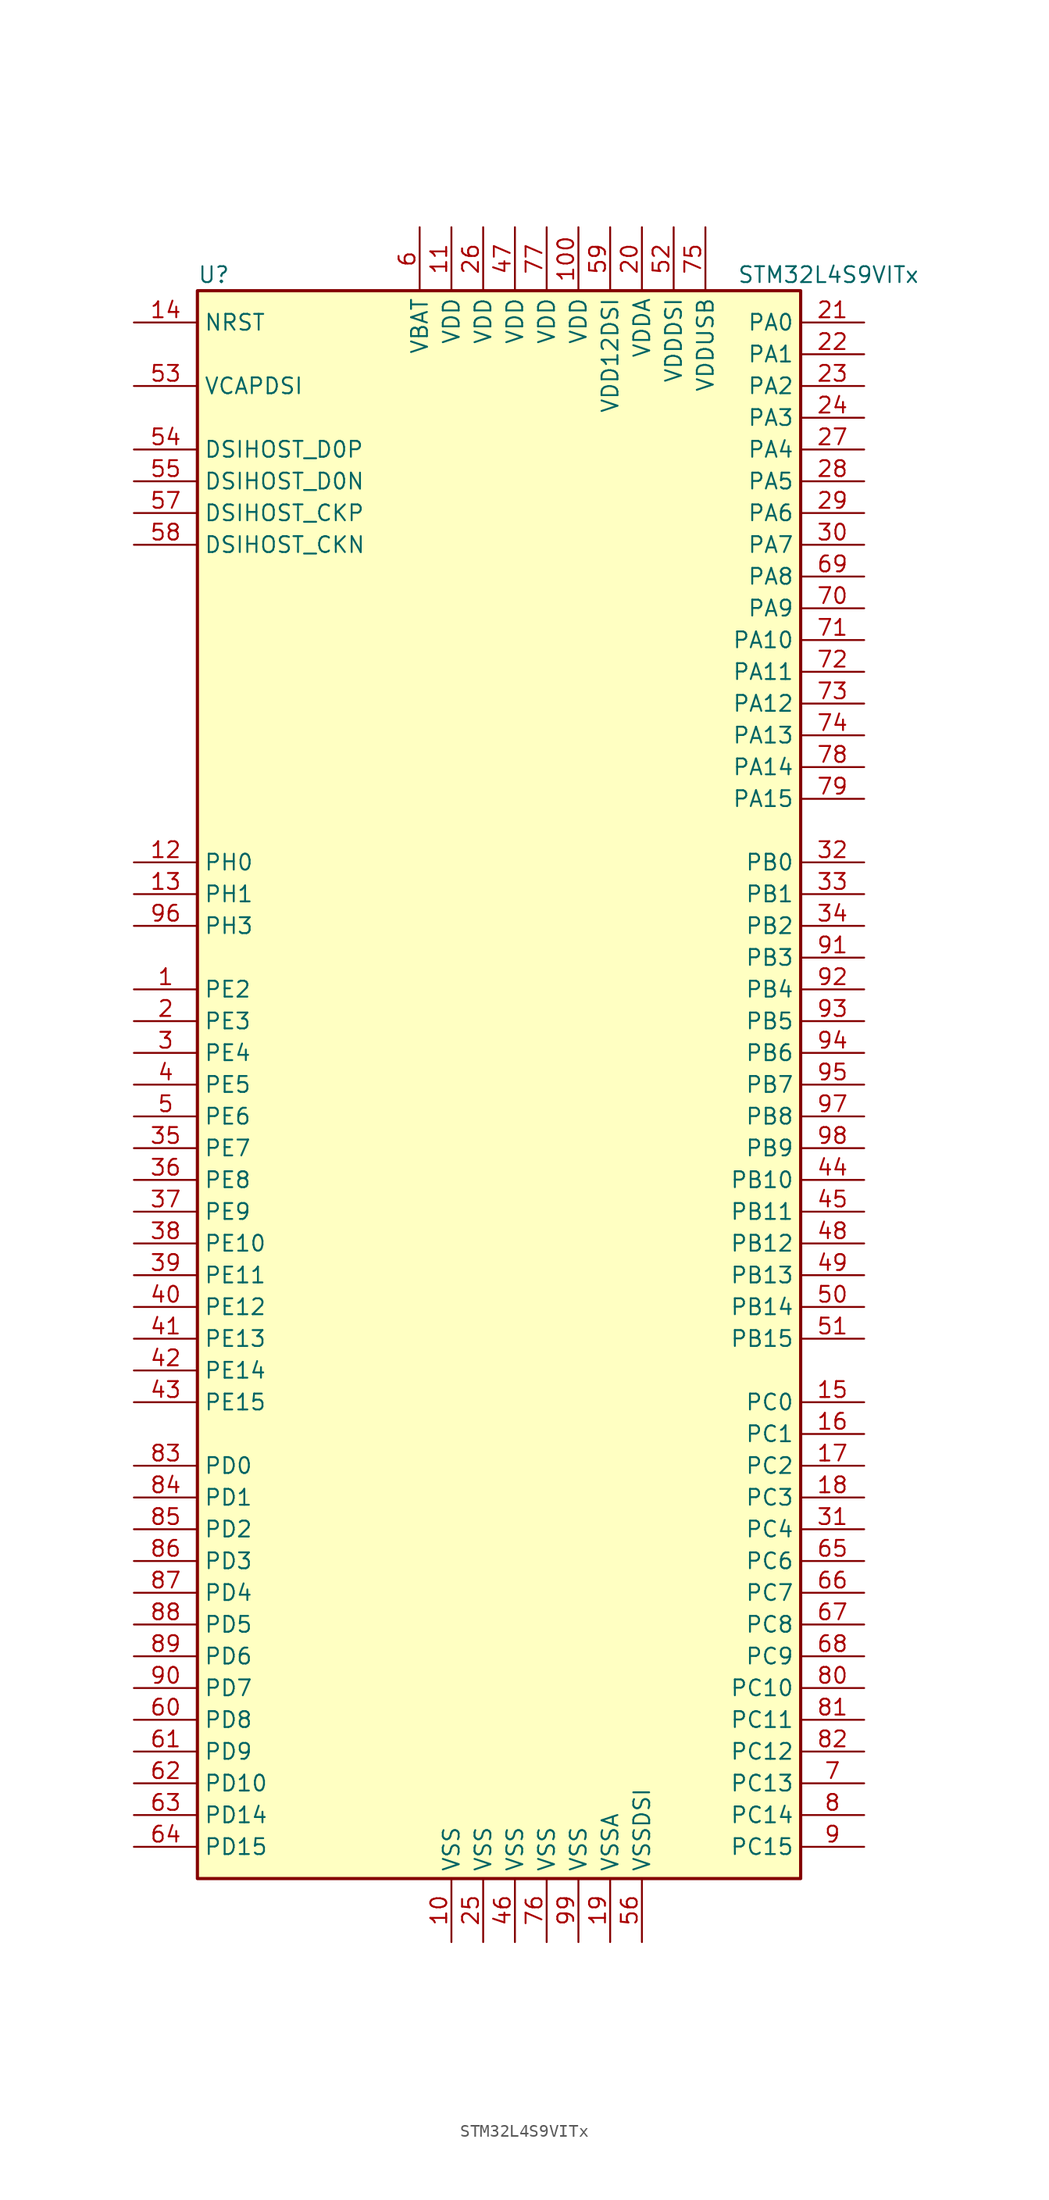
<source format=kicad_sym>
(kicad_symbol_lib
  (version 20201005)
  (generator kicad_symbol_editor)
  (symbol "STM32L4S9VITx"
    (property "Reference" "U"
      (at -25.4 64.77 0)
      (effects (font (size 1.27 1.27)) (justify left)))
    (property "Value" "STM32L4S9VITx"
      (at 17.78 64.77 0)
      (effects (font (size 1.27 1.27)) (justify left)))
    (symbol "STM32L4S9VITx_0_1"
      (rectangle (start -25.4 -63.5) (end 22.86 63.5) (stroke (width 0.254)) (fill (type background))))
    (symbol "STM32L4S9VITx_1_1"
      (pin bidirectional line (at -30.48 43.18 0) (length 5.08) (name "DSIHOST_CKN" (effects (font (size 1.27 1.27)))) (number "58" (effects (font (size 1.27 1.27)))))
      (pin bidirectional line (at -30.48 45.72 0) (length 5.08) (name "DSIHOST_CKP" (effects (font (size 1.27 1.27)))) (number "57" (effects (font (size 1.27 1.27)))))
      (pin bidirectional line (at -30.48 48.26 0) (length 5.08) (name "DSIHOST_D0N" (effects (font (size 1.27 1.27)))) (number "55" (effects (font (size 1.27 1.27)))))
      (pin bidirectional line (at -30.48 50.8 0) (length 5.08) (name "DSIHOST_D0P" (effects (font (size 1.27 1.27)))) (number "54" (effects (font (size 1.27 1.27)))))
      (pin input line (at -30.48 60.96 0) (length 5.08) (name "NRST" (effects (font (size 1.27 1.27)))) (number "14" (effects (font (size 1.27 1.27)))))
      (pin bidirectional line (at 27.94 60.96 180) (length 5.08) (name "PA0" (effects (font (size 1.27 1.27)))) (number "21" (effects (font (size 1.27 1.27)))))
      (pin bidirectional line (at 27.94 58.42 180) (length 5.08) (name "PA1" (effects (font (size 1.27 1.27)))) (number "22" (effects (font (size 1.27 1.27)))))
      (pin bidirectional line (at 27.94 35.56 180) (length 5.08) (name "PA10" (effects (font (size 1.27 1.27)))) (number "71" (effects (font (size 1.27 1.27)))))
      (pin bidirectional line (at 27.94 33.02 180) (length 5.08) (name "PA11" (effects (font (size 1.27 1.27)))) (number "72" (effects (font (size 1.27 1.27)))))
      (pin bidirectional line (at 27.94 30.48 180) (length 5.08) (name "PA12" (effects (font (size 1.27 1.27)))) (number "73" (effects (font (size 1.27 1.27)))))
      (pin bidirectional line (at 27.94 27.94 180) (length 5.08) (name "PA13" (effects (font (size 1.27 1.27)))) (number "74" (effects (font (size 1.27 1.27)))))
      (pin bidirectional line (at 27.94 25.4 180) (length 5.08) (name "PA14" (effects (font (size 1.27 1.27)))) (number "78" (effects (font (size 1.27 1.27)))))
      (pin bidirectional line (at 27.94 22.86 180) (length 5.08) (name "PA15" (effects (font (size 1.27 1.27)))) (number "79" (effects (font (size 1.27 1.27)))))
      (pin bidirectional line (at 27.94 55.88 180) (length 5.08) (name "PA2" (effects (font (size 1.27 1.27)))) (number "23" (effects (font (size 1.27 1.27)))))
      (pin bidirectional line (at 27.94 53.34 180) (length 5.08) (name "PA3" (effects (font (size 1.27 1.27)))) (number "24" (effects (font (size 1.27 1.27)))))
      (pin bidirectional line (at 27.94 50.8 180) (length 5.08) (name "PA4" (effects (font (size 1.27 1.27)))) (number "27" (effects (font (size 1.27 1.27)))))
      (pin bidirectional line (at 27.94 48.26 180) (length 5.08) (name "PA5" (effects (font (size 1.27 1.27)))) (number "28" (effects (font (size 1.27 1.27)))))
      (pin bidirectional line (at 27.94 45.72 180) (length 5.08) (name "PA6" (effects (font (size 1.27 1.27)))) (number "29" (effects (font (size 1.27 1.27)))))
      (pin bidirectional line (at 27.94 43.18 180) (length 5.08) (name "PA7" (effects (font (size 1.27 1.27)))) (number "30" (effects (font (size 1.27 1.27)))))
      (pin bidirectional line (at 27.94 40.64 180) (length 5.08) (name "PA8" (effects (font (size 1.27 1.27)))) (number "69" (effects (font (size 1.27 1.27)))))
      (pin bidirectional line (at 27.94 38.1 180) (length 5.08) (name "PA9" (effects (font (size 1.27 1.27)))) (number "70" (effects (font (size 1.27 1.27)))))
      (pin bidirectional line (at 27.94 17.78 180) (length 5.08) (name "PB0" (effects (font (size 1.27 1.27)))) (number "32" (effects (font (size 1.27 1.27)))))
      (pin bidirectional line (at 27.94 15.24 180) (length 5.08) (name "PB1" (effects (font (size 1.27 1.27)))) (number "33" (effects (font (size 1.27 1.27)))))
      (pin bidirectional line (at 27.94 -7.62 180) (length 5.08) (name "PB10" (effects (font (size 1.27 1.27)))) (number "44" (effects (font (size 1.27 1.27)))))
      (pin bidirectional line (at 27.94 -10.16 180) (length 5.08) (name "PB11" (effects (font (size 1.27 1.27)))) (number "45" (effects (font (size 1.27 1.27)))))
      (pin bidirectional line (at 27.94 -12.7 180) (length 5.08) (name "PB12" (effects (font (size 1.27 1.27)))) (number "48" (effects (font (size 1.27 1.27)))))
      (pin bidirectional line (at 27.94 -15.24 180) (length 5.08) (name "PB13" (effects (font (size 1.27 1.27)))) (number "49" (effects (font (size 1.27 1.27)))))
      (pin bidirectional line (at 27.94 -17.78 180) (length 5.08) (name "PB14" (effects (font (size 1.27 1.27)))) (number "50" (effects (font (size 1.27 1.27)))))
      (pin bidirectional line (at 27.94 -20.32 180) (length 5.08) (name "PB15" (effects (font (size 1.27 1.27)))) (number "51" (effects (font (size 1.27 1.27)))))
      (pin bidirectional line (at 27.94 12.7 180) (length 5.08) (name "PB2" (effects (font (size 1.27 1.27)))) (number "34" (effects (font (size 1.27 1.27)))))
      (pin bidirectional line (at 27.94 10.16 180) (length 5.08) (name "PB3" (effects (font (size 1.27 1.27)))) (number "91" (effects (font (size 1.27 1.27)))))
      (pin bidirectional line (at 27.94 7.62 180) (length 5.08) (name "PB4" (effects (font (size 1.27 1.27)))) (number "92" (effects (font (size 1.27 1.27)))))
      (pin bidirectional line (at 27.94 5.08 180) (length 5.08) (name "PB5" (effects (font (size 1.27 1.27)))) (number "93" (effects (font (size 1.27 1.27)))))
      (pin bidirectional line (at 27.94 2.54 180) (length 5.08) (name "PB6" (effects (font (size 1.27 1.27)))) (number "94" (effects (font (size 1.27 1.27)))))
      (pin bidirectional line (at 27.94 0 180) (length 5.08) (name "PB7" (effects (font (size 1.27 1.27)))) (number "95" (effects (font (size 1.27 1.27)))))
      (pin bidirectional line (at 27.94 -2.54 180) (length 5.08) (name "PB8" (effects (font (size 1.27 1.27)))) (number "97" (effects (font (size 1.27 1.27)))))
      (pin bidirectional line (at 27.94 -5.08 180) (length 5.08) (name "PB9" (effects (font (size 1.27 1.27)))) (number "98" (effects (font (size 1.27 1.27)))))
      (pin bidirectional line (at 27.94 -25.4 180) (length 5.08) (name "PC0" (effects (font (size 1.27 1.27)))) (number "15" (effects (font (size 1.27 1.27)))))
      (pin bidirectional line (at 27.94 -27.94 180) (length 5.08) (name "PC1" (effects (font (size 1.27 1.27)))) (number "16" (effects (font (size 1.27 1.27)))))
      (pin bidirectional line (at 27.94 -48.26 180) (length 5.08) (name "PC10" (effects (font (size 1.27 1.27)))) (number "80" (effects (font (size 1.27 1.27)))))
      (pin bidirectional line (at 27.94 -50.8 180) (length 5.08) (name "PC11" (effects (font (size 1.27 1.27)))) (number "81" (effects (font (size 1.27 1.27)))))
      (pin bidirectional line (at 27.94 -53.34 180) (length 5.08) (name "PC12" (effects (font (size 1.27 1.27)))) (number "82" (effects (font (size 1.27 1.27)))))
      (pin bidirectional line (at 27.94 -55.88 180) (length 5.08) (name "PC13" (effects (font (size 1.27 1.27)))) (number "7" (effects (font (size 1.27 1.27)))))
      (pin bidirectional line (at 27.94 -58.42 180) (length 5.08) (name "PC14" (effects (font (size 1.27 1.27)))) (number "8" (effects (font (size 1.27 1.27)))))
      (pin bidirectional line (at 27.94 -60.96 180) (length 5.08) (name "PC15" (effects (font (size 1.27 1.27)))) (number "9" (effects (font (size 1.27 1.27)))))
      (pin bidirectional line (at 27.94 -30.48 180) (length 5.08) (name "PC2" (effects (font (size 1.27 1.27)))) (number "17" (effects (font (size 1.27 1.27)))))
      (pin bidirectional line (at 27.94 -33.02 180) (length 5.08) (name "PC3" (effects (font (size 1.27 1.27)))) (number "18" (effects (font (size 1.27 1.27)))))
      (pin bidirectional line (at 27.94 -35.56 180) (length 5.08) (name "PC4" (effects (font (size 1.27 1.27)))) (number "31" (effects (font (size 1.27 1.27)))))
      (pin bidirectional line (at 27.94 -38.1 180) (length 5.08) (name "PC6" (effects (font (size 1.27 1.27)))) (number "65" (effects (font (size 1.27 1.27)))))
      (pin bidirectional line (at 27.94 -40.64 180) (length 5.08) (name "PC7" (effects (font (size 1.27 1.27)))) (number "66" (effects (font (size 1.27 1.27)))))
      (pin bidirectional line (at 27.94 -43.18 180) (length 5.08) (name "PC8" (effects (font (size 1.27 1.27)))) (number "67" (effects (font (size 1.27 1.27)))))
      (pin bidirectional line (at 27.94 -45.72 180) (length 5.08) (name "PC9" (effects (font (size 1.27 1.27)))) (number "68" (effects (font (size 1.27 1.27)))))
      (pin bidirectional line (at -30.48 -30.48 0) (length 5.08) (name "PD0" (effects (font (size 1.27 1.27)))) (number "83" (effects (font (size 1.27 1.27)))))
      (pin bidirectional line (at -30.48 -33.02 0) (length 5.08) (name "PD1" (effects (font (size 1.27 1.27)))) (number "84" (effects (font (size 1.27 1.27)))))
      (pin bidirectional line (at -30.48 -55.88 0) (length 5.08) (name "PD10" (effects (font (size 1.27 1.27)))) (number "62" (effects (font (size 1.27 1.27)))))
      (pin bidirectional line (at -30.48 -58.42 0) (length 5.08) (name "PD14" (effects (font (size 1.27 1.27)))) (number "63" (effects (font (size 1.27 1.27)))))
      (pin bidirectional line (at -30.48 -60.96 0) (length 5.08) (name "PD15" (effects (font (size 1.27 1.27)))) (number "64" (effects (font (size 1.27 1.27)))))
      (pin bidirectional line (at -30.48 -35.56 0) (length 5.08) (name "PD2" (effects (font (size 1.27 1.27)))) (number "85" (effects (font (size 1.27 1.27)))))
      (pin bidirectional line (at -30.48 -38.1 0) (length 5.08) (name "PD3" (effects (font (size 1.27 1.27)))) (number "86" (effects (font (size 1.27 1.27)))))
      (pin bidirectional line (at -30.48 -40.64 0) (length 5.08) (name "PD4" (effects (font (size 1.27 1.27)))) (number "87" (effects (font (size 1.27 1.27)))))
      (pin bidirectional line (at -30.48 -43.18 0) (length 5.08) (name "PD5" (effects (font (size 1.27 1.27)))) (number "88" (effects (font (size 1.27 1.27)))))
      (pin bidirectional line (at -30.48 -45.72 0) (length 5.08) (name "PD6" (effects (font (size 1.27 1.27)))) (number "89" (effects (font (size 1.27 1.27)))))
      (pin bidirectional line (at -30.48 -48.26 0) (length 5.08) (name "PD7" (effects (font (size 1.27 1.27)))) (number "90" (effects (font (size 1.27 1.27)))))
      (pin bidirectional line (at -30.48 -50.8 0) (length 5.08) (name "PD8" (effects (font (size 1.27 1.27)))) (number "60" (effects (font (size 1.27 1.27)))))
      (pin bidirectional line (at -30.48 -53.34 0) (length 5.08) (name "PD9" (effects (font (size 1.27 1.27)))) (number "61" (effects (font (size 1.27 1.27)))))
      (pin bidirectional line (at -30.48 -12.7 0) (length 5.08) (name "PE10" (effects (font (size 1.27 1.27)))) (number "38" (effects (font (size 1.27 1.27)))))
      (pin bidirectional line (at -30.48 -15.24 0) (length 5.08) (name "PE11" (effects (font (size 1.27 1.27)))) (number "39" (effects (font (size 1.27 1.27)))))
      (pin bidirectional line (at -30.48 -17.78 0) (length 5.08) (name "PE12" (effects (font (size 1.27 1.27)))) (number "40" (effects (font (size 1.27 1.27)))))
      (pin bidirectional line (at -30.48 -20.32 0) (length 5.08) (name "PE13" (effects (font (size 1.27 1.27)))) (number "41" (effects (font (size 1.27 1.27)))))
      (pin bidirectional line (at -30.48 -22.86 0) (length 5.08) (name "PE14" (effects (font (size 1.27 1.27)))) (number "42" (effects (font (size 1.27 1.27)))))
      (pin bidirectional line (at -30.48 -25.4 0) (length 5.08) (name "PE15" (effects (font (size 1.27 1.27)))) (number "43" (effects (font (size 1.27 1.27)))))
      (pin bidirectional line (at -30.48 7.62 0) (length 5.08) (name "PE2" (effects (font (size 1.27 1.27)))) (number "1" (effects (font (size 1.27 1.27)))))
      (pin bidirectional line (at -30.48 5.08 0) (length 5.08) (name "PE3" (effects (font (size 1.27 1.27)))) (number "2" (effects (font (size 1.27 1.27)))))
      (pin bidirectional line (at -30.48 2.54 0) (length 5.08) (name "PE4" (effects (font (size 1.27 1.27)))) (number "3" (effects (font (size 1.27 1.27)))))
      (pin bidirectional line (at -30.48 0 0) (length 5.08) (name "PE5" (effects (font (size 1.27 1.27)))) (number "4" (effects (font (size 1.27 1.27)))))
      (pin bidirectional line (at -30.48 -2.54 0) (length 5.08) (name "PE6" (effects (font (size 1.27 1.27)))) (number "5" (effects (font (size 1.27 1.27)))))
      (pin bidirectional line (at -30.48 -5.08 0) (length 5.08) (name "PE7" (effects (font (size 1.27 1.27)))) (number "35" (effects (font (size 1.27 1.27)))))
      (pin bidirectional line (at -30.48 -7.62 0) (length 5.08) (name "PE8" (effects (font (size 1.27 1.27)))) (number "36" (effects (font (size 1.27 1.27)))))
      (pin bidirectional line (at -30.48 -10.16 0) (length 5.08) (name "PE9" (effects (font (size 1.27 1.27)))) (number "37" (effects (font (size 1.27 1.27)))))
      (pin input line (at -30.48 17.78 0) (length 5.08) (name "PH0" (effects (font (size 1.27 1.27)))) (number "12" (effects (font (size 1.27 1.27)))))
      (pin input line (at -30.48 15.24 0) (length 5.08) (name "PH1" (effects (font (size 1.27 1.27)))) (number "13" (effects (font (size 1.27 1.27)))))
      (pin bidirectional line (at -30.48 12.7 0) (length 5.08) (name "PH3" (effects (font (size 1.27 1.27)))) (number "96" (effects (font (size 1.27 1.27)))))
      (pin power_in line (at -7.62 68.58 270) (length 5.08) (name "VBAT" (effects (font (size 1.27 1.27)))) (number "6" (effects (font (size 1.27 1.27)))))
      (pin power_in line (at -30.48 55.88 0) (length 5.08) (name "VCAPDSI" (effects (font (size 1.27 1.27)))) (number "53" (effects (font (size 1.27 1.27)))))
      (pin power_in line (at 5.08 68.58 270) (length 5.08) (name "VDD" (effects (font (size 1.27 1.27)))) (number "100" (effects (font (size 1.27 1.27)))))
      (pin power_in line (at -5.08 68.58 270) (length 5.08) (name "VDD" (effects (font (size 1.27 1.27)))) (number "11" (effects (font (size 1.27 1.27)))))
      (pin power_in line (at -2.54 68.58 270) (length 5.08) (name "VDD" (effects (font (size 1.27 1.27)))) (number "26" (effects (font (size 1.27 1.27)))))
      (pin power_in line (at 0 68.58 270) (length 5.08) (name "VDD" (effects (font (size 1.27 1.27)))) (number "47" (effects (font (size 1.27 1.27)))))
      (pin power_in line (at 2.54 68.58 270) (length 5.08) (name "VDD" (effects (font (size 1.27 1.27)))) (number "77" (effects (font (size 1.27 1.27)))))
      (pin power_in line (at 7.62 68.58 270) (length 5.08) (name "VDD12DSI" (effects (font (size 1.27 1.27)))) (number "59" (effects (font (size 1.27 1.27)))))
      (pin power_in line (at 10.16 68.58 270) (length 5.08) (name "VDDA" (effects (font (size 1.27 1.27)))) (number "20" (effects (font (size 1.27 1.27)))))
      (pin power_in line (at 12.7 68.58 270) (length 5.08) (name "VDDDSI" (effects (font (size 1.27 1.27)))) (number "52" (effects (font (size 1.27 1.27)))))
      (pin power_in line (at 15.24 68.58 270) (length 5.08) (name "VDDUSB" (effects (font (size 1.27 1.27)))) (number "75" (effects (font (size 1.27 1.27)))))
      (pin power_in line (at -5.08 -68.58 90) (length 5.08) (name "VSS" (effects (font (size 1.27 1.27)))) (number "10" (effects (font (size 1.27 1.27)))))
      (pin power_in line (at -2.54 -68.58 90) (length 5.08) (name "VSS" (effects (font (size 1.27 1.27)))) (number "25" (effects (font (size 1.27 1.27)))))
      (pin power_in line (at 0 -68.58 90) (length 5.08) (name "VSS" (effects (font (size 1.27 1.27)))) (number "46" (effects (font (size 1.27 1.27)))))
      (pin power_in line (at 2.54 -68.58 90) (length 5.08) (name "VSS" (effects (font (size 1.27 1.27)))) (number "76" (effects (font (size 1.27 1.27)))))
      (pin power_in line (at 5.08 -68.58 90) (length 5.08) (name "VSS" (effects (font (size 1.27 1.27)))) (number "99" (effects (font (size 1.27 1.27)))))
      (pin power_in line (at 7.62 -68.58 90) (length 5.08) (name "VSSA" (effects (font (size 1.27 1.27)))) (number "19" (effects (font (size 1.27 1.27)))))
      (pin power_in line (at 10.16 -68.58 90) (length 5.08) (name "VSSDSI" (effects (font (size 1.27 1.27)))) (number "56" (effects (font (size 1.27 1.27))))))))
</source>
